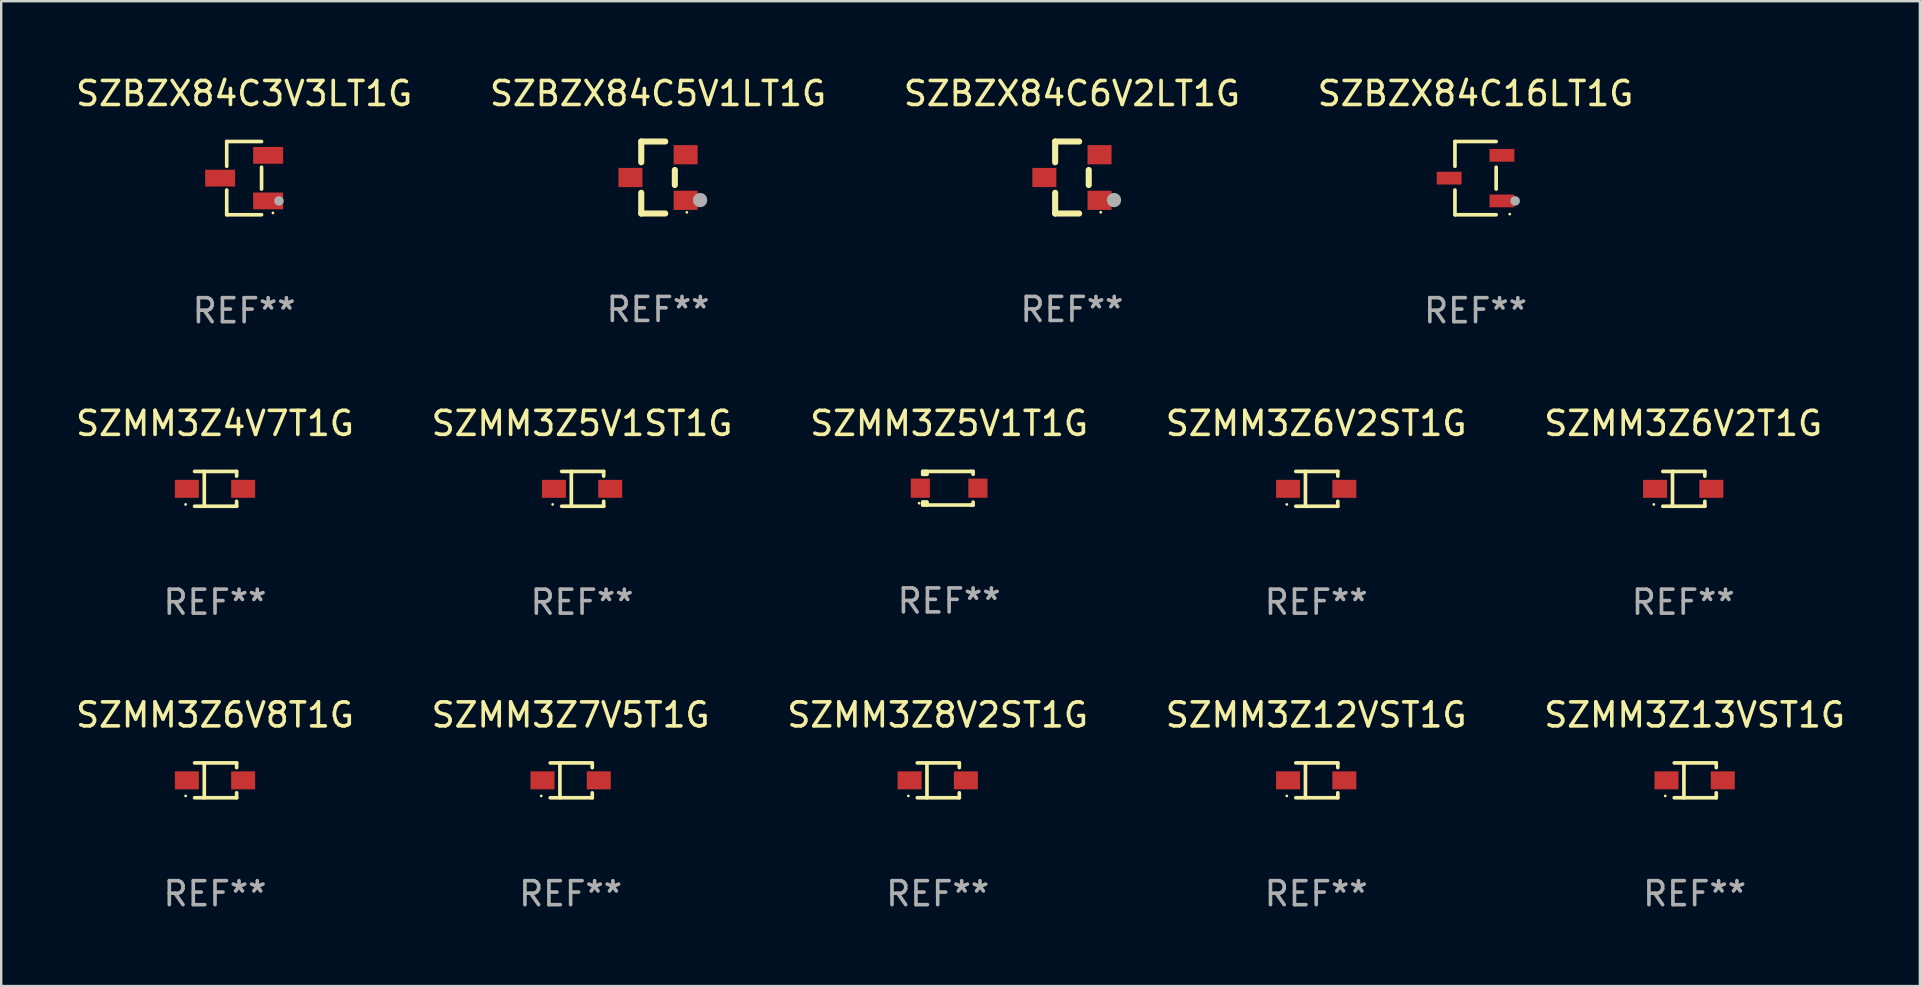
<source format=kicad_pcb>
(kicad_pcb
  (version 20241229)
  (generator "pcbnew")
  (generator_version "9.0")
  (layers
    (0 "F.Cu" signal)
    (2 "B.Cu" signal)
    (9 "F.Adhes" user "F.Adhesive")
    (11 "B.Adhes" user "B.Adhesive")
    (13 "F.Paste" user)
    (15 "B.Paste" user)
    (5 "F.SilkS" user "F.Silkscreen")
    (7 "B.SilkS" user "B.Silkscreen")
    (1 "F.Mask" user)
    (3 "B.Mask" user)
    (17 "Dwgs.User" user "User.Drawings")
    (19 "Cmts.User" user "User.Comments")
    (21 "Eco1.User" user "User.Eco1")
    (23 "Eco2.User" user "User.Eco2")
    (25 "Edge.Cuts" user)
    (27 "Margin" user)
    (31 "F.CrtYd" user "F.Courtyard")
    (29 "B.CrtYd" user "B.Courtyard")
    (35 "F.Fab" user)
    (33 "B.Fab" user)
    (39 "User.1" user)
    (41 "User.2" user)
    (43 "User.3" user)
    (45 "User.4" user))
  (footprint "SZMM3Z6V2ST1G"
    (layer "F.Cu")
    (at 51.804 17.323)
    (property "Reference" "SZMM3Z6V2ST1G" (at 0 -2.726 0) (layer "F.SilkS") (effects (font (size 1 1) (thickness 0.15))))
    (attr through_hole)
    (fp_line (start -0.851 -0.726) (end 0.901 -0.726) (stroke (width 0.152) (type solid)) (layer "F.SilkS"))
    (fp_line (start -0.851 0.726) (end 0.901 0.726) (stroke (width 0.152) (type solid)) (layer "F.SilkS"))
    (fp_line (start -0.447 -0.726) (end -0.447 0.726) (stroke (width 0.152) (type solid)) (layer "F.SilkS"))
    (fp_line (start 0.901 -0.726) (end 0.901 -0.53) (stroke (width 0.152) (type solid)) (layer "F.SilkS"))
    (fp_line (start 0.901 0.726) (end 0.901 0.52) (stroke (width 0.152) (type solid)) (layer "F.SilkS"))
    (fp_circle (center -1.225 0.65) (end -1.195 0.65) (stroke (width 0.06) (type solid)) (fill no) (layer "F.SilkS"))
    (fp_text user "REF**" (at 0 4.726 0) (layer "F.Fab") (effects (font (size 1 1) (thickness 0.15))))
    (pad "1" smd rect (at -1.173 0) (size 1 0.75) (layers "F.Cu" "F.Mask" "F.Paste"))
    (pad "2" smd rect (at 1.173 0) (size 1 0.75) (layers "F.Cu" "F.Mask" "F.Paste")))
  (footprint "SZMM3Z5V1T1G"
    (layer "F.Cu")
    (at 36.506 17.297)
    (property "Reference" "SZMM3Z5V1T1G" (at 0 -2.7 0) (layer "F.SilkS") (effects (font (size 1 1) (thickness 0.15))))
    (attr through_hole)
    (fp_line (start -1.1 -0.7) (end -1.1 -0.58) (stroke (width 0.152) (type solid)) (layer "F.SilkS"))
    (fp_line (start -1.1 0.58) (end -1.1 0.7) (stroke (width 0.152) (type solid)) (layer "F.SilkS"))
    (fp_line (start -1.1 0.58) (end -0.927 0.58) (stroke (width 0.152) (type solid)) (layer "F.SilkS"))
    (fp_line (start -1.1 0.7) (end 0.9 0.7) (stroke (width 0.152) (type solid)) (layer "F.SilkS"))
    (fp_line (start -1.014 -0.58) (end -1.014 -0.7) (stroke (width 0.152) (type solid)) (layer "F.SilkS"))
    (fp_line (start -1.014 0.7) (end -1.014 0.58) (stroke (width 0.152) (type solid)) (layer "F.SilkS"))
    (fp_line (start -0.927 -0.7) (end -0.927 -0.58) (stroke (width 0.152) (type solid)) (layer "F.SilkS"))
    (fp_line (start -0.927 -0.58) (end -1.1 -0.58) (stroke (width 0.152) (type solid)) (layer "F.SilkS"))
    (fp_line (start -0.927 0.58) (end -0.927 0.7) (stroke (width 0.152) (type solid)) (layer "F.SilkS"))
    (fp_line (start 0.9 -0.7) (end -1.1 -0.7) (stroke (width 0.152) (type solid)) (layer "F.SilkS"))
    (fp_line (start 0.9 0.7) (end 1 0.7) (stroke (width 0.152) (type solid)) (layer "F.SilkS"))
    (fp_line (start 1 -0.7) (end 0.9 -0.7) (stroke (width 0.152) (type solid)) (layer "F.SilkS"))
    (fp_line (start 1 -0.58) (end 1 -0.7) (stroke (width 0.152) (type solid)) (layer "F.SilkS"))
    (fp_line (start 1 0.7) (end 1 0.58) (stroke (width 0.152) (type solid)) (layer "F.SilkS"))
    (fp_circle (center -1.25 0.625) (end -1.22 0.625) (stroke (width 0.06) (type solid)) (fill no) (layer "F.SilkS"))
    (fp_text user "REF**" (at 0 4.7 0) (layer "F.Fab") (effects (font (size 1 1) (thickness 0.15))))
    (pad "1" smd rect (at -1.2 0) (size 0.8 0.8) (layers "F.Cu" "F.Mask" "F.Paste"))
    (pad "2" smd rect (at 1.2 0) (size 0.8 0.8) (layers "F.Cu" "F.Mask" "F.Paste")))
  (footprint "SZMM3Z7V5T1G"
    (layer "F.Cu")
    (at 20.732 29.472)
    (property "Reference" "SZMM3Z7V5T1G" (at 0 -2.726 0) (layer "F.SilkS") (effects (font (size 1 1) (thickness 0.15))))
    (attr through_hole)
    (fp_line (start -0.851 -0.726) (end 0.901 -0.726) (stroke (width 0.152) (type solid)) (layer "F.SilkS"))
    (fp_line (start -0.851 0.726) (end 0.901 0.726) (stroke (width 0.152) (type solid)) (layer "F.SilkS"))
    (fp_line (start -0.447 -0.726) (end -0.447 0.726) (stroke (width 0.152) (type solid)) (layer "F.SilkS"))
    (fp_line (start 0.901 -0.726) (end 0.901 -0.53) (stroke (width 0.152) (type solid)) (layer "F.SilkS"))
    (fp_line (start 0.901 0.726) (end 0.901 0.52) (stroke (width 0.152) (type solid)) (layer "F.SilkS"))
    (fp_circle (center -1.225 0.65) (end -1.195 0.65) (stroke (width 0.06) (type solid)) (fill no) (layer "F.SilkS"))
    (fp_text user "REF**" (at 0 4.726 0) (layer "F.Fab") (effects (font (size 1 1) (thickness 0.15))))
    (pad "1" smd rect (at -1.173 0) (size 1 0.75) (layers "F.Cu" "F.Mask" "F.Paste"))
    (pad "2" smd rect (at 1.173 0) (size 1 0.75) (layers "F.Cu" "F.Mask" "F.Paste")))
  (footprint "SZMM3Z8V2ST1G"
    (layer "F.Cu")
    (at 36.03 29.472)
    (property "Reference" "SZMM3Z8V2ST1G" (at 0 -2.726 0) (layer "F.SilkS") (effects (font (size 1 1) (thickness 0.15))))
    (attr through_hole)
    (fp_line (start -0.851 -0.726) (end 0.901 -0.726) (stroke (width 0.152) (type solid)) (layer "F.SilkS"))
    (fp_line (start -0.851 0.726) (end 0.901 0.726) (stroke (width 0.152) (type solid)) (layer "F.SilkS"))
    (fp_line (start -0.447 -0.726) (end -0.447 0.726) (stroke (width 0.152) (type solid)) (layer "F.SilkS"))
    (fp_line (start 0.901 -0.726) (end 0.901 -0.53) (stroke (width 0.152) (type solid)) (layer "F.SilkS"))
    (fp_line (start 0.901 0.726) (end 0.901 0.52) (stroke (width 0.152) (type solid)) (layer "F.SilkS"))
    (fp_circle (center -1.225 0.65) (end -1.195 0.65) (stroke (width 0.06) (type solid)) (fill no) (layer "F.SilkS"))
    (fp_text user "REF**" (at 0 4.726 0) (layer "F.Fab") (effects (font (size 1 1) (thickness 0.15))))
    (pad "1" smd rect (at -1.173 0) (size 1 0.75) (layers "F.Cu" "F.Mask" "F.Paste"))
    (pad "2" smd rect (at 1.173 0) (size 1 0.75) (layers "F.Cu" "F.Mask" "F.Paste")))
  (footprint "SZBZX84C6V2LT1G"
    (layer "F.Cu")
    (at 41.625 4.348)
    (property "Reference" "SZBZX84C6V2LT1G" (at 0 -3.5 0) (layer "F.SilkS") (effects (font (size 1 1) (thickness 0.15))))
    (attr through_hole)
    (fp_line (start -0.7 -1.5) (end 0.3 -1.5) (stroke (width 0.254) (type solid)) (layer "F.SilkS"))
    (fp_line (start -0.7 -0.636) (end -0.7 -1.5) (stroke (width 0.254) (type solid)) (layer "F.SilkS"))
    (fp_line (start -0.7 1.5) (end -0.7 0.636) (stroke (width 0.254) (type solid)) (layer "F.SilkS"))
    (fp_line (start -0.7 1.5) (end 0.3 1.5) (stroke (width 0.254) (type solid)) (layer "F.SilkS"))
    (fp_line (start 0.7 0.314) (end 0.7 -0.314) (stroke (width 0.254) (type solid)) (layer "F.SilkS"))
    (fp_circle (center 1.2 1.45) (end 1.23 1.45) (stroke (width 0.06) (type solid)) (fill no) (layer "F.SilkS"))
    (fp_circle (center 1.753 0.94) (end 1.903 0.94) (stroke (width 0.3) (type solid)) (fill no) (layer "F.Fab"))
    (fp_text user "REF**" (at 0 5.5 0) (layer "F.Fab") (effects (font (size 1 1) (thickness 0.15))))
    (pad "1" smd rect (at 1.15 0.95 180) (size 1 0.8) (layers "F.Cu" "F.Mask" "F.Paste"))
    (pad "2" smd rect (at 1.15 -0.95 180) (size 1 0.8) (layers "F.Cu" "F.Mask" "F.Paste"))
    (pad "3" smd rect (at -1.15 -0.000051 180) (size 1 0.8) (layers "F.Cu" "F.Mask" "F.Paste")))
  (footprint "SZMM3Z13VST1G"
    (layer "F.Cu")
    (at 67.577 29.472)
    (property "Reference" "SZMM3Z13VST1G" (at 0 -2.726 0) (layer "F.SilkS") (effects (font (size 1 1) (thickness 0.15))))
    (attr through_hole)
    (fp_line (start -0.851 -0.726) (end 0.901 -0.726) (stroke (width 0.152) (type solid)) (layer "F.SilkS"))
    (fp_line (start -0.851 0.726) (end 0.901 0.726) (stroke (width 0.152) (type solid)) (layer "F.SilkS"))
    (fp_line (start -0.447 -0.726) (end -0.447 0.726) (stroke (width 0.152) (type solid)) (layer "F.SilkS"))
    (fp_line (start 0.901 -0.726) (end 0.901 -0.53) (stroke (width 0.152) (type solid)) (layer "F.SilkS"))
    (fp_line (start 0.901 0.726) (end 0.901 0.52) (stroke (width 0.152) (type solid)) (layer "F.SilkS"))
    (fp_circle (center -1.225 0.65) (end -1.195 0.65) (stroke (width 0.06) (type solid)) (fill no) (layer "F.SilkS"))
    (fp_text user "REF**" (at 0 4.726 0) (layer "F.Fab") (effects (font (size 1 1) (thickness 0.15))))
    (pad "1" smd rect (at -1.173 0) (size 1 0.75) (layers "F.Cu" "F.Mask" "F.Paste"))
    (pad "2" smd rect (at 1.173 0) (size 1 0.75) (layers "F.Cu" "F.Mask" "F.Paste")))
  (footprint "SZMM3Z6V8T1G"
    (layer "F.Cu")
    (at 5.911 29.472)
    (property "Reference" "SZMM3Z6V8T1G" (at 0 -2.726 0) (layer "F.SilkS") (effects (font (size 1 1) (thickness 0.15))))
    (attr through_hole)
    (fp_line (start -0.851 -0.726) (end 0.901 -0.726) (stroke (width 0.152) (type solid)) (layer "F.SilkS"))
    (fp_line (start -0.851 0.726) (end 0.901 0.726) (stroke (width 0.152) (type solid)) (layer "F.SilkS"))
    (fp_line (start -0.447 -0.726) (end -0.447 0.726) (stroke (width 0.152) (type solid)) (layer "F.SilkS"))
    (fp_line (start 0.901 -0.726) (end 0.901 -0.53) (stroke (width 0.152) (type solid)) (layer "F.SilkS"))
    (fp_line (start 0.901 0.726) (end 0.901 0.52) (stroke (width 0.152) (type solid)) (layer "F.SilkS"))
    (fp_circle (center -1.225 0.65) (end -1.195 0.65) (stroke (width 0.06) (type solid)) (fill no) (layer "F.SilkS"))
    (fp_text user "REF**" (at 0 4.726 0) (layer "F.Fab") (effects (font (size 1 1) (thickness 0.15))))
    (pad "1" smd rect (at -1.173 0) (size 1 0.75) (layers "F.Cu" "F.Mask" "F.Paste"))
    (pad "2" smd rect (at 1.173 0) (size 1 0.75) (layers "F.Cu" "F.Mask" "F.Paste")))
  (footprint "SZMM3Z4V7T1G"
    (layer "F.Cu")
    (at 5.911 17.323)
    (property "Reference" "SZMM3Z4V7T1G" (at 0 -2.726 0) (layer "F.SilkS") (effects (font (size 1 1) (thickness 0.15))))
    (attr through_hole)
    (fp_line (start -0.851 -0.726) (end 0.901 -0.726) (stroke (width 0.152) (type solid)) (layer "F.SilkS"))
    (fp_line (start -0.851 0.726) (end 0.901 0.726) (stroke (width 0.152) (type solid)) (layer "F.SilkS"))
    (fp_line (start -0.447 -0.726) (end -0.447 0.726) (stroke (width 0.152) (type solid)) (layer "F.SilkS"))
    (fp_line (start 0.901 -0.726) (end 0.901 -0.53) (stroke (width 0.152) (type solid)) (layer "F.SilkS"))
    (fp_line (start 0.901 0.726) (end 0.901 0.52) (stroke (width 0.152) (type solid)) (layer "F.SilkS"))
    (fp_circle (center -1.225 0.65) (end -1.195 0.65) (stroke (width 0.06) (type solid)) (fill no) (layer "F.SilkS"))
    (fp_text user "REF**" (at 0 4.726 0) (layer "F.Fab") (effects (font (size 1 1) (thickness 0.15))))
    (pad "1" smd rect (at -1.173 0) (size 1 0.75) (layers "F.Cu" "F.Mask" "F.Paste"))
    (pad "2" smd rect (at 1.173 0) (size 1 0.75) (layers "F.Cu" "F.Mask" "F.Paste")))
  (footprint "SZMM3Z6V2T1G"
    (layer "F.Cu")
    (at 67.101 17.323)
    (property "Reference" "SZMM3Z6V2T1G" (at 0 -2.726 0) (layer "F.SilkS") (effects (font (size 1 1) (thickness 0.15))))
    (attr through_hole)
    (fp_line (start -0.851 -0.726) (end 0.901 -0.726) (stroke (width 0.152) (type solid)) (layer "F.SilkS"))
    (fp_line (start -0.851 0.726) (end 0.901 0.726) (stroke (width 0.152) (type solid)) (layer "F.SilkS"))
    (fp_line (start -0.447 -0.726) (end -0.447 0.726) (stroke (width 0.152) (type solid)) (layer "F.SilkS"))
    (fp_line (start 0.901 -0.726) (end 0.901 -0.53) (stroke (width 0.152) (type solid)) (layer "F.SilkS"))
    (fp_line (start 0.901 0.726) (end 0.901 0.52) (stroke (width 0.152) (type solid)) (layer "F.SilkS"))
    (fp_circle (center -1.225 0.65) (end -1.195 0.65) (stroke (width 0.06) (type solid)) (fill no) (layer "F.SilkS"))
    (fp_text user "REF**" (at 0 4.726 0) (layer "F.Fab") (effects (font (size 1 1) (thickness 0.15))))
    (pad "1" smd rect (at -1.173 0) (size 1 0.75) (layers "F.Cu" "F.Mask" "F.Paste"))
    (pad "2" smd rect (at 1.173 0) (size 1 0.75) (layers "F.Cu" "F.Mask" "F.Paste")))
  (footprint "SZMM3Z12VST1G"
    (layer "F.Cu")
    (at 51.804 29.472)
    (property "Reference" "SZMM3Z12VST1G" (at 0 -2.726 0) (layer "F.SilkS") (effects (font (size 1 1) (thickness 0.15))))
    (attr through_hole)
    (fp_line (start -0.851 -0.726) (end 0.901 -0.726) (stroke (width 0.152) (type solid)) (layer "F.SilkS"))
    (fp_line (start -0.851 0.726) (end 0.901 0.726) (stroke (width 0.152) (type solid)) (layer "F.SilkS"))
    (fp_line (start -0.447 -0.726) (end -0.447 0.726) (stroke (width 0.152) (type solid)) (layer "F.SilkS"))
    (fp_line (start 0.901 -0.726) (end 0.901 -0.53) (stroke (width 0.152) (type solid)) (layer "F.SilkS"))
    (fp_line (start 0.901 0.726) (end 0.901 0.52) (stroke (width 0.152) (type solid)) (layer "F.SilkS"))
    (fp_circle (center -1.225 0.65) (end -1.195 0.65) (stroke (width 0.06) (type solid)) (fill no) (layer "F.SilkS"))
    (fp_text user "REF**" (at 0 4.726 0) (layer "F.Fab") (effects (font (size 1 1) (thickness 0.15))))
    (pad "1" smd rect (at -1.173 0) (size 1 0.75) (layers "F.Cu" "F.Mask" "F.Paste"))
    (pad "2" smd rect (at 1.173 0) (size 1 0.75) (layers "F.Cu" "F.Mask" "F.Paste")))
  (footprint "SZMM3Z5V1ST1G"
    (layer "F.Cu")
    (at 21.208 17.323)
    (property "Reference" "SZMM3Z5V1ST1G" (at 0 -2.726 0) (layer "F.SilkS") (effects (font (size 1 1) (thickness 0.15))))
    (attr through_hole)
    (fp_line (start -0.851 -0.726) (end 0.901 -0.726) (stroke (width 0.152) (type solid)) (layer "F.SilkS"))
    (fp_line (start -0.851 0.726) (end 0.901 0.726) (stroke (width 0.152) (type solid)) (layer "F.SilkS"))
    (fp_line (start -0.447 -0.726) (end -0.447 0.726) (stroke (width 0.152) (type solid)) (layer "F.SilkS"))
    (fp_line (start 0.901 -0.726) (end 0.901 -0.53) (stroke (width 0.152) (type solid)) (layer "F.SilkS"))
    (fp_line (start 0.901 0.726) (end 0.901 0.52) (stroke (width 0.152) (type solid)) (layer "F.SilkS"))
    (fp_circle (center -1.225 0.65) (end -1.195 0.65) (stroke (width 0.06) (type solid)) (fill no) (layer "F.SilkS"))
    (fp_text user "REF**" (at 0 4.726 0) (layer "F.Fab") (effects (font (size 1 1) (thickness 0.15))))
    (pad "1" smd rect (at -1.173 0) (size 1 0.75) (layers "F.Cu" "F.Mask" "F.Paste"))
    (pad "2" smd rect (at 1.173 0) (size 1 0.75) (layers "F.Cu" "F.Mask" "F.Paste")))
  (footprint "SZBZX84C5V1LT1G"
    (layer "F.Cu")
    (at 24.375 4.348)
    (property "Reference" "SZBZX84C5V1LT1G" (at 0 -3.5 0) (layer "F.SilkS") (effects (font (size 1 1) (thickness 0.15))))
    (attr through_hole)
    (fp_line (start -0.7 -1.5) (end 0.3 -1.5) (stroke (width 0.254) (type solid)) (layer "F.SilkS"))
    (fp_line (start -0.7 -0.636) (end -0.7 -1.5) (stroke (width 0.254) (type solid)) (layer "F.SilkS"))
    (fp_line (start -0.7 1.5) (end -0.7 0.636) (stroke (width 0.254) (type solid)) (layer "F.SilkS"))
    (fp_line (start -0.7 1.5) (end 0.3 1.5) (stroke (width 0.254) (type solid)) (layer "F.SilkS"))
    (fp_line (start 0.7 0.314) (end 0.7 -0.314) (stroke (width 0.254) (type solid)) (layer "F.SilkS"))
    (fp_circle (center 1.2 1.45) (end 1.23 1.45) (stroke (width 0.06) (type solid)) (fill no) (layer "F.SilkS"))
    (fp_circle (center 1.753 0.94) (end 1.903 0.94) (stroke (width 0.3) (type solid)) (fill no) (layer "F.Fab"))
    (fp_text user "REF**" (at 0 5.5 0) (layer "F.Fab") (effects (font (size 1 1) (thickness 0.15))))
    (pad "1" smd rect (at 1.15 0.95 180) (size 1 0.8) (layers "F.Cu" "F.Mask" "F.Paste"))
    (pad "2" smd rect (at 1.15 -0.95 180) (size 1 0.8) (layers "F.Cu" "F.Mask" "F.Paste"))
    (pad "3" smd rect (at -1.15 -0.000051 180) (size 1 0.8) (layers "F.Cu" "F.Mask" "F.Paste")))
  (footprint "SZBZX84C16LT1G"
    (layer "F.Cu")
    (at 58.446 4.374)
    (property "Reference" "SZBZX84C16LT1G" (at 0 -3.526 0) (layer "F.SilkS") (effects (font (size 1 1) (thickness 0.15))))
    (attr through_hole)
    (fp_line (start -0.859 -1.526) (end -0.859 -0.495) (stroke (width 0.152) (type solid)) (layer "F.SilkS"))
    (fp_line (start -0.859 1.526) (end -0.859 0.495) (stroke (width 0.152) (type solid)) (layer "F.SilkS"))
    (fp_line (start 0.859 -1.526) (end -0.859 -1.526) (stroke (width 0.152) (type solid)) (layer "F.SilkS"))
    (fp_line (start 0.859 -0.455) (end 0.859 0.455) (stroke (width 0.152) (type solid)) (layer "F.SilkS"))
    (fp_line (start 0.859 1.526) (end -0.859 1.526) (stroke (width 0.152) (type solid)) (layer "F.SilkS"))
    (fp_circle (center 1.425 1.5) (end 1.455 1.5) (stroke (width 0.06) (type solid)) (fill no) (layer "F.SilkS"))
    (fp_circle (center 1.65 0.95) (end 1.75 0.95) (stroke (width 0.2) (type solid)) (fill no) (layer "F.Fab"))
    (fp_text user "REF**" (at 0 5.526 0) (layer "F.Fab") (effects (font (size 1 1) (thickness 0.15))))
    (pad "1" smd rect (at 1.101 0.95) (size 1.037 0.532) (layers "F.Cu" "F.Mask" "F.Paste"))
    (pad "2" smd rect (at 1.101 -0.95) (size 1.037 0.532) (layers "F.Cu" "F.Mask" "F.Paste"))
    (pad "3" smd rect (at -1.101 0) (size 1.037 0.532) (layers "F.Cu" "F.Mask" "F.Paste")))
  (footprint "SZBZX84C3V3LT1G"
    (layer "F.Cu")
    (at 7.125 4.374)
    (property "Reference" "SZBZX84C3V3LT1G" (at 0 -3.526 0) (layer "F.SilkS") (effects (font (size 1 1) (thickness 0.15))))
    (attr through_hole)
    (fp_line (start -0.726 -1.526) (end -0.726 -0.495) (stroke (width 0.152) (type solid)) (layer "F.SilkS"))
    (fp_line (start -0.726 1.526) (end -0.726 0.495) (stroke (width 0.152) (type solid)) (layer "F.SilkS"))
    (fp_line (start 0.726 -1.526) (end -0.726 -1.526) (stroke (width 0.152) (type solid)) (layer "F.SilkS"))
    (fp_line (start 0.726 -0.455) (end 0.726 0.455) (stroke (width 0.152) (type solid)) (layer "F.SilkS"))
    (fp_line (start 0.726 1.526) (end -0.726 1.526) (stroke (width 0.152) (type solid)) (layer "F.SilkS"))
    (fp_circle (center 1.2 1.45) (end 1.23 1.45) (stroke (width 0.06) (type solid)) (fill no) (layer "F.SilkS"))
    (fp_circle (center 1.45 0.95) (end 1.55 0.95) (stroke (width 0.2) (type solid)) (fill no) (layer "F.Fab"))
    (fp_text user "REF**" (at 0 5.526 0) (layer "F.Fab") (effects (font (size 1 1) (thickness 0.15))))
    (pad "1" smd rect (at 1 0.95) (size 1.25 0.7) (layers "F.Cu" "F.Mask" "F.Paste"))
    (pad "2" smd rect (at 1 -0.95) (size 1.25 0.7) (layers "F.Cu" "F.Mask" "F.Paste"))
    (pad "3" smd rect (at -1 0) (size 1.25 0.7) (layers "F.Cu" "F.Mask" "F.Paste")))
  (gr_rect
    (start -3 -3)
    (end 76.964 38.047)
    (stroke (width 0.1) (type default))
    (fill no)
    (layer "Edge.Cuts")))
</source>
